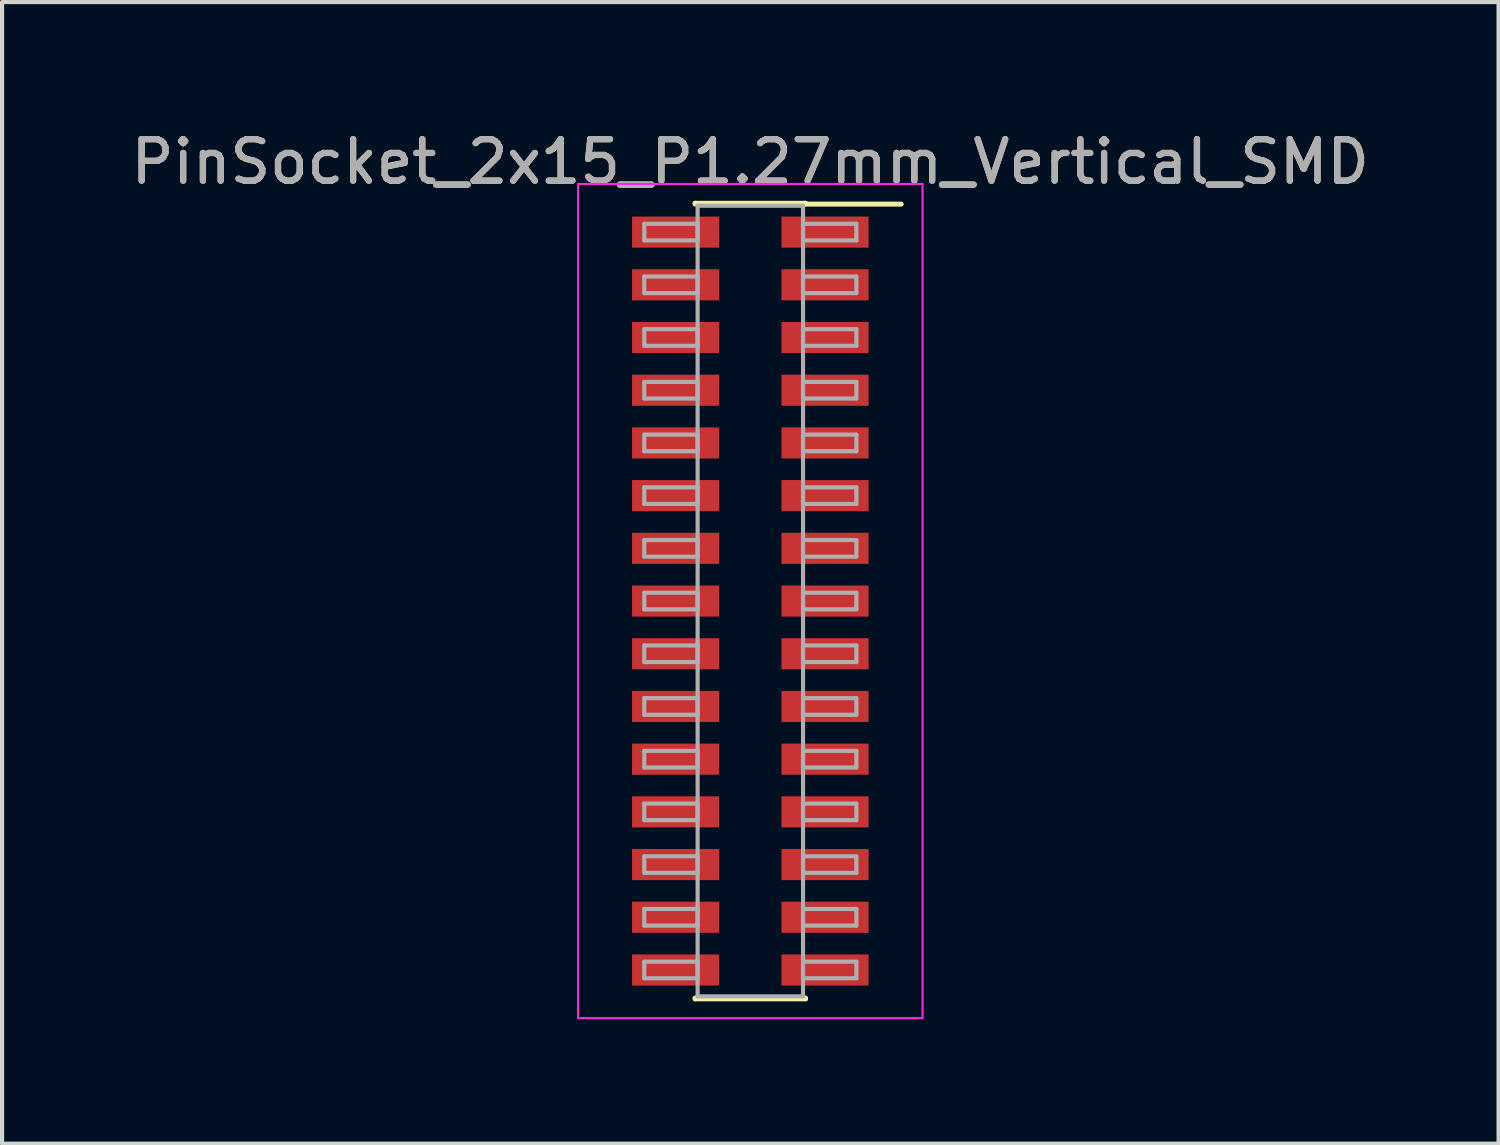
<source format=kicad_pcb>
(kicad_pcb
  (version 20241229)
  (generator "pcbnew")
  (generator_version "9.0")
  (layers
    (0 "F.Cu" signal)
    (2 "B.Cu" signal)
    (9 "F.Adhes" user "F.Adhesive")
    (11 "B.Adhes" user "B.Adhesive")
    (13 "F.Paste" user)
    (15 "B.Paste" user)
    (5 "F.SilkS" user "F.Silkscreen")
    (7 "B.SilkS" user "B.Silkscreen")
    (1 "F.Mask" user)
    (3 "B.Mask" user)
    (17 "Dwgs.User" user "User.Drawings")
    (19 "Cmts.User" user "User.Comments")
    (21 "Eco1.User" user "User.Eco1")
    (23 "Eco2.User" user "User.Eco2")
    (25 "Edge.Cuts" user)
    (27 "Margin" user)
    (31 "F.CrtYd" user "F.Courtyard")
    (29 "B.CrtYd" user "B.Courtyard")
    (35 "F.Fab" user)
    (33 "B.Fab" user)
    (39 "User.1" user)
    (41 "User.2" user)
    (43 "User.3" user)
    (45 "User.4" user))
  (footprint "PinSocket_2x15_P1.27mm_Vertical_SMD"
    (layer "F.Cu")
    (at 15.03 11.433)
    (property "Reference" "PinSocket_2x15_P1.27mm_Vertical_SMD" (at 0 -10.585 0) (layer "F.SilkS") (effects (font (size 1 1) (thickness 0.15))))
    (attr smd)
    (fp_line (start -1.33 -9.585) (end 1.33 -9.585) (stroke (width 0.12) (type solid)) (layer "F.SilkS"))
    (fp_line (start -1.33 -9.565) (end -1.33 -9.585) (stroke (width 0.12) (type solid)) (layer "F.SilkS"))
    (fp_line (start -1.33 9.565) (end -1.33 9.585) (stroke (width 0.12) (type solid)) (layer "F.SilkS"))
    (fp_line (start -1.33 9.585) (end 1.33 9.585) (stroke (width 0.12) (type solid)) (layer "F.SilkS"))
    (fp_line (start 1.33 -9.585) (end 1.33 -9.565) (stroke (width 0.12) (type solid)) (layer "F.SilkS"))
    (fp_line (start 1.33 9.585) (end 1.33 9.565) (stroke (width 0.12) (type solid)) (layer "F.SilkS"))
    (fp_line (start 3.635 -9.565) (end 1.33 -9.565) (stroke (width 0.12) (type solid)) (layer "F.SilkS"))
    (fp_line (start -4.15 -10.05) (end -4.15 10.05) (stroke (width 0.05) (type solid)) (layer "F.CrtYd"))
    (fp_line (start -4.15 10.05) (end 4.15 10.05) (stroke (width 0.05) (type solid)) (layer "F.CrtYd"))
    (fp_line (start 4.15 -10.05) (end -4.15 -10.05) (stroke (width 0.05) (type solid)) (layer "F.CrtYd"))
    (fp_line (start 4.15 10.05) (end 4.15 -10.05) (stroke (width 0.05) (type solid)) (layer "F.CrtYd"))
    (fp_line (start -2.555 -9.09) (end -1.27 -9.09) (stroke (width 0.1) (type solid)) (layer "F.Fab"))
    (fp_line (start -2.555 -8.69) (end -2.555 -9.09) (stroke (width 0.1) (type solid)) (layer "F.Fab"))
    (fp_line (start -2.555 -7.82) (end -1.27 -7.82) (stroke (width 0.1) (type solid)) (layer "F.Fab"))
    (fp_line (start -2.555 -7.42) (end -2.555 -7.82) (stroke (width 0.1) (type solid)) (layer "F.Fab"))
    (fp_line (start -2.555 -6.55) (end -1.27 -6.55) (stroke (width 0.1) (type solid)) (layer "F.Fab"))
    (fp_line (start -2.555 -6.15) (end -2.555 -6.55) (stroke (width 0.1) (type solid)) (layer "F.Fab"))
    (fp_line (start -2.555 -5.28) (end -1.27 -5.28) (stroke (width 0.1) (type solid)) (layer "F.Fab"))
    (fp_line (start -2.555 -4.88) (end -2.555 -5.28) (stroke (width 0.1) (type solid)) (layer "F.Fab"))
    (fp_line (start -2.555 -4.01) (end -1.27 -4.01) (stroke (width 0.1) (type solid)) (layer "F.Fab"))
    (fp_line (start -2.555 -3.61) (end -2.555 -4.01) (stroke (width 0.1) (type solid)) (layer "F.Fab"))
    (fp_line (start -2.555 -2.74) (end -1.27 -2.74) (stroke (width 0.1) (type solid)) (layer "F.Fab"))
    (fp_line (start -2.555 -2.34) (end -2.555 -2.74) (stroke (width 0.1) (type solid)) (layer "F.Fab"))
    (fp_line (start -2.555 -1.47) (end -1.27 -1.47) (stroke (width 0.1) (type solid)) (layer "F.Fab"))
    (fp_line (start -2.555 -1.07) (end -2.555 -1.47) (stroke (width 0.1) (type solid)) (layer "F.Fab"))
    (fp_line (start -2.555 -0.2) (end -1.27 -0.2) (stroke (width 0.1) (type solid)) (layer "F.Fab"))
    (fp_line (start -2.555 0.2) (end -2.555 -0.2) (stroke (width 0.1) (type solid)) (layer "F.Fab"))
    (fp_line (start -2.555 1.07) (end -1.27 1.07) (stroke (width 0.1) (type solid)) (layer "F.Fab"))
    (fp_line (start -2.555 1.47) (end -2.555 1.07) (stroke (width 0.1) (type solid)) (layer "F.Fab"))
    (fp_line (start -2.555 2.34) (end -1.27 2.34) (stroke (width 0.1) (type solid)) (layer "F.Fab"))
    (fp_line (start -2.555 2.74) (end -2.555 2.34) (stroke (width 0.1) (type solid)) (layer "F.Fab"))
    (fp_line (start -2.555 3.61) (end -1.27 3.61) (stroke (width 0.1) (type solid)) (layer "F.Fab"))
    (fp_line (start -2.555 4.01) (end -2.555 3.61) (stroke (width 0.1) (type solid)) (layer "F.Fab"))
    (fp_line (start -2.555 4.88) (end -1.27 4.88) (stroke (width 0.1) (type solid)) (layer "F.Fab"))
    (fp_line (start -2.555 5.28) (end -2.555 4.88) (stroke (width 0.1) (type solid)) (layer "F.Fab"))
    (fp_line (start -2.555 6.15) (end -1.27 6.15) (stroke (width 0.1) (type solid)) (layer "F.Fab"))
    (fp_line (start -2.555 6.55) (end -2.555 6.15) (stroke (width 0.1) (type solid)) (layer "F.Fab"))
    (fp_line (start -2.555 7.42) (end -1.27 7.42) (stroke (width 0.1) (type solid)) (layer "F.Fab"))
    (fp_line (start -2.555 7.82) (end -2.555 7.42) (stroke (width 0.1) (type solid)) (layer "F.Fab"))
    (fp_line (start -2.555 8.69) (end -1.27 8.69) (stroke (width 0.1) (type solid)) (layer "F.Fab"))
    (fp_line (start -2.555 9.09) (end -2.555 8.69) (stroke (width 0.1) (type solid)) (layer "F.Fab"))
    (fp_line (start -1.27 -9.525) (end -1.27 9.525) (stroke (width 0.1) (type solid)) (layer "F.Fab"))
    (fp_line (start -1.27 -9.09) (end -1.27 -8.69) (stroke (width 0.1) (type solid)) (layer "F.Fab"))
    (fp_line (start -1.27 -8.69) (end -2.555 -8.69) (stroke (width 0.1) (type solid)) (layer "F.Fab"))
    (fp_line (start -1.27 -7.82) (end -1.27 -7.42) (stroke (width 0.1) (type solid)) (layer "F.Fab"))
    (fp_line (start -1.27 -7.42) (end -2.555 -7.42) (stroke (width 0.1) (type solid)) (layer "F.Fab"))
    (fp_line (start -1.27 -6.55) (end -1.27 -6.15) (stroke (width 0.1) (type solid)) (layer "F.Fab"))
    (fp_line (start -1.27 -6.15) (end -2.555 -6.15) (stroke (width 0.1) (type solid)) (layer "F.Fab"))
    (fp_line (start -1.27 -5.28) (end -1.27 -4.88) (stroke (width 0.1) (type solid)) (layer "F.Fab"))
    (fp_line (start -1.27 -4.88) (end -2.555 -4.88) (stroke (width 0.1) (type solid)) (layer "F.Fab"))
    (fp_line (start -1.27 -4.01) (end -1.27 -3.61) (stroke (width 0.1) (type solid)) (layer "F.Fab"))
    (fp_line (start -1.27 -3.61) (end -2.555 -3.61) (stroke (width 0.1) (type solid)) (layer "F.Fab"))
    (fp_line (start -1.27 -2.74) (end -1.27 -2.34) (stroke (width 0.1) (type solid)) (layer "F.Fab"))
    (fp_line (start -1.27 -2.34) (end -2.555 -2.34) (stroke (width 0.1) (type solid)) (layer "F.Fab"))
    (fp_line (start -1.27 -1.47) (end -1.27 -1.07) (stroke (width 0.1) (type solid)) (layer "F.Fab"))
    (fp_line (start -1.27 -1.07) (end -2.555 -1.07) (stroke (width 0.1) (type solid)) (layer "F.Fab"))
    (fp_line (start -1.27 -0.2) (end -1.27 0.2) (stroke (width 0.1) (type solid)) (layer "F.Fab"))
    (fp_line (start -1.27 0.2) (end -2.555 0.2) (stroke (width 0.1) (type solid)) (layer "F.Fab"))
    (fp_line (start -1.27 1.07) (end -1.27 1.47) (stroke (width 0.1) (type solid)) (layer "F.Fab"))
    (fp_line (start -1.27 1.47) (end -2.555 1.47) (stroke (width 0.1) (type solid)) (layer "F.Fab"))
    (fp_line (start -1.27 2.34) (end -1.27 2.74) (stroke (width 0.1) (type solid)) (layer "F.Fab"))
    (fp_line (start -1.27 2.74) (end -2.555 2.74) (stroke (width 0.1) (type solid)) (layer "F.Fab"))
    (fp_line (start -1.27 3.61) (end -1.27 4.01) (stroke (width 0.1) (type solid)) (layer "F.Fab"))
    (fp_line (start -1.27 4.01) (end -2.555 4.01) (stroke (width 0.1) (type solid)) (layer "F.Fab"))
    (fp_line (start -1.27 4.88) (end -1.27 5.28) (stroke (width 0.1) (type solid)) (layer "F.Fab"))
    (fp_line (start -1.27 5.28) (end -2.555 5.28) (stroke (width 0.1) (type solid)) (layer "F.Fab"))
    (fp_line (start -1.27 6.15) (end -1.27 6.55) (stroke (width 0.1) (type solid)) (layer "F.Fab"))
    (fp_line (start -1.27 6.55) (end -2.555 6.55) (stroke (width 0.1) (type solid)) (layer "F.Fab"))
    (fp_line (start -1.27 7.42) (end -1.27 7.82) (stroke (width 0.1) (type solid)) (layer "F.Fab"))
    (fp_line (start -1.27 7.82) (end -2.555 7.82) (stroke (width 0.1) (type solid)) (layer "F.Fab"))
    (fp_line (start -1.27 8.69) (end -1.27 9.09) (stroke (width 0.1) (type solid)) (layer "F.Fab"))
    (fp_line (start -1.27 9.09) (end -2.555 9.09) (stroke (width 0.1) (type solid)) (layer "F.Fab"))
    (fp_line (start -1.27 9.525) (end 1.27 9.525) (stroke (width 0.1) (type solid)) (layer "F.Fab"))
    (fp_line (start 1.27 -9.525) (end -1.27 -9.525) (stroke (width 0.1) (type solid)) (layer "F.Fab"))
    (fp_line (start 1.27 -9.09) (end 1.27 -8.69) (stroke (width 0.1) (type solid)) (layer "F.Fab"))
    (fp_line (start 1.27 -8.69) (end 2.555 -8.69) (stroke (width 0.1) (type solid)) (layer "F.Fab"))
    (fp_line (start 1.27 -7.82) (end 1.27 -7.42) (stroke (width 0.1) (type solid)) (layer "F.Fab"))
    (fp_line (start 1.27 -7.42) (end 2.555 -7.42) (stroke (width 0.1) (type solid)) (layer "F.Fab"))
    (fp_line (start 1.27 -6.55) (end 1.27 -6.15) (stroke (width 0.1) (type solid)) (layer "F.Fab"))
    (fp_line (start 1.27 -6.15) (end 2.555 -6.15) (stroke (width 0.1) (type solid)) (layer "F.Fab"))
    (fp_line (start 1.27 -5.28) (end 1.27 -4.88) (stroke (width 0.1) (type solid)) (layer "F.Fab"))
    (fp_line (start 1.27 -4.88) (end 2.555 -4.88) (stroke (width 0.1) (type solid)) (layer "F.Fab"))
    (fp_line (start 1.27 -4.01) (end 1.27 -3.61) (stroke (width 0.1) (type solid)) (layer "F.Fab"))
    (fp_line (start 1.27 -3.61) (end 2.555 -3.61) (stroke (width 0.1) (type solid)) (layer "F.Fab"))
    (fp_line (start 1.27 -2.74) (end 1.27 -2.34) (stroke (width 0.1) (type solid)) (layer "F.Fab"))
    (fp_line (start 1.27 -2.34) (end 2.555 -2.34) (stroke (width 0.1) (type solid)) (layer "F.Fab"))
    (fp_line (start 1.27 -1.47) (end 1.27 -1.07) (stroke (width 0.1) (type solid)) (layer "F.Fab"))
    (fp_line (start 1.27 -1.07) (end 2.555 -1.07) (stroke (width 0.1) (type solid)) (layer "F.Fab"))
    (fp_line (start 1.27 -0.2) (end 1.27 0.2) (stroke (width 0.1) (type solid)) (layer "F.Fab"))
    (fp_line (start 1.27 0.2) (end 2.555 0.2) (stroke (width 0.1) (type solid)) (layer "F.Fab"))
    (fp_line (start 1.27 1.07) (end 1.27 1.47) (stroke (width 0.1) (type solid)) (layer "F.Fab"))
    (fp_line (start 1.27 1.47) (end 2.555 1.47) (stroke (width 0.1) (type solid)) (layer "F.Fab"))
    (fp_line (start 1.27 2.34) (end 1.27 2.74) (stroke (width 0.1) (type solid)) (layer "F.Fab"))
    (fp_line (start 1.27 2.74) (end 2.555 2.74) (stroke (width 0.1) (type solid)) (layer "F.Fab"))
    (fp_line (start 1.27 3.61) (end 1.27 4.01) (stroke (width 0.1) (type solid)) (layer "F.Fab"))
    (fp_line (start 1.27 4.01) (end 2.555 4.01) (stroke (width 0.1) (type solid)) (layer "F.Fab"))
    (fp_line (start 1.27 4.88) (end 1.27 5.28) (stroke (width 0.1) (type solid)) (layer "F.Fab"))
    (fp_line (start 1.27 5.28) (end 2.555 5.28) (stroke (width 0.1) (type solid)) (layer "F.Fab"))
    (fp_line (start 1.27 6.15) (end 1.27 6.55) (stroke (width 0.1) (type solid)) (layer "F.Fab"))
    (fp_line (start 1.27 6.55) (end 2.555 6.55) (stroke (width 0.1) (type solid)) (layer "F.Fab"))
    (fp_line (start 1.27 7.42) (end 1.27 7.82) (stroke (width 0.1) (type solid)) (layer "F.Fab"))
    (fp_line (start 1.27 7.82) (end 2.555 7.82) (stroke (width 0.1) (type solid)) (layer "F.Fab"))
    (fp_line (start 1.27 8.69) (end 1.27 9.09) (stroke (width 0.1) (type solid)) (layer "F.Fab"))
    (fp_line (start 1.27 9.09) (end 2.555 9.09) (stroke (width 0.1) (type solid)) (layer "F.Fab"))
    (fp_line (start 1.27 9.525) (end 1.27 -9.525) (stroke (width 0.1) (type solid)) (layer "F.Fab"))
    (fp_line (start 2.555 -9.09) (end 1.27 -9.09) (stroke (width 0.1) (type solid)) (layer "F.Fab"))
    (fp_line (start 2.555 -8.69) (end 2.555 -9.09) (stroke (width 0.1) (type solid)) (layer "F.Fab"))
    (fp_line (start 2.555 -7.82) (end 1.27 -7.82) (stroke (width 0.1) (type solid)) (layer "F.Fab"))
    (fp_line (start 2.555 -7.42) (end 2.555 -7.82) (stroke (width 0.1) (type solid)) (layer "F.Fab"))
    (fp_line (start 2.555 -6.55) (end 1.27 -6.55) (stroke (width 0.1) (type solid)) (layer "F.Fab"))
    (fp_line (start 2.555 -6.15) (end 2.555 -6.55) (stroke (width 0.1) (type solid)) (layer "F.Fab"))
    (fp_line (start 2.555 -5.28) (end 1.27 -5.28) (stroke (width 0.1) (type solid)) (layer "F.Fab"))
    (fp_line (start 2.555 -4.88) (end 2.555 -5.28) (stroke (width 0.1) (type solid)) (layer "F.Fab"))
    (fp_line (start 2.555 -4.01) (end 1.27 -4.01) (stroke (width 0.1) (type solid)) (layer "F.Fab"))
    (fp_line (start 2.555 -3.61) (end 2.555 -4.01) (stroke (width 0.1) (type solid)) (layer "F.Fab"))
    (fp_line (start 2.555 -2.74) (end 1.27 -2.74) (stroke (width 0.1) (type solid)) (layer "F.Fab"))
    (fp_line (start 2.555 -2.34) (end 2.555 -2.74) (stroke (width 0.1) (type solid)) (layer "F.Fab"))
    (fp_line (start 2.555 -1.47) (end 1.27 -1.47) (stroke (width 0.1) (type solid)) (layer "F.Fab"))
    (fp_line (start 2.555 -1.07) (end 2.555 -1.47) (stroke (width 0.1) (type solid)) (layer "F.Fab"))
    (fp_line (start 2.555 -0.2) (end 1.27 -0.2) (stroke (width 0.1) (type solid)) (layer "F.Fab"))
    (fp_line (start 2.555 0.2) (end 2.555 -0.2) (stroke (width 0.1) (type solid)) (layer "F.Fab"))
    (fp_line (start 2.555 1.07) (end 1.27 1.07) (stroke (width 0.1) (type solid)) (layer "F.Fab"))
    (fp_line (start 2.555 1.47) (end 2.555 1.07) (stroke (width 0.1) (type solid)) (layer "F.Fab"))
    (fp_line (start 2.555 2.34) (end 1.27 2.34) (stroke (width 0.1) (type solid)) (layer "F.Fab"))
    (fp_line (start 2.555 2.74) (end 2.555 2.34) (stroke (width 0.1) (type solid)) (layer "F.Fab"))
    (fp_line (start 2.555 3.61) (end 1.27 3.61) (stroke (width 0.1) (type solid)) (layer "F.Fab"))
    (fp_line (start 2.555 4.01) (end 2.555 3.61) (stroke (width 0.1) (type solid)) (layer "F.Fab"))
    (fp_line (start 2.555 4.88) (end 1.27 4.88) (stroke (width 0.1) (type solid)) (layer "F.Fab"))
    (fp_line (start 2.555 5.28) (end 2.555 4.88) (stroke (width 0.1) (type solid)) (layer "F.Fab"))
    (fp_line (start 2.555 6.15) (end 1.27 6.15) (stroke (width 0.1) (type solid)) (layer "F.Fab"))
    (fp_line (start 2.555 6.55) (end 2.555 6.15) (stroke (width 0.1) (type solid)) (layer "F.Fab"))
    (fp_line (start 2.555 7.42) (end 1.27 7.42) (stroke (width 0.1) (type solid)) (layer "F.Fab"))
    (fp_line (start 2.555 7.82) (end 2.555 7.42) (stroke (width 0.1) (type solid)) (layer "F.Fab"))
    (fp_line (start 2.555 8.69) (end 1.27 8.69) (stroke (width 0.1) (type solid)) (layer "F.Fab"))
    (fp_line (start 2.555 9.09) (end 2.555 8.69) (stroke (width 0.1) (type solid)) (layer "F.Fab"))
    (fp_text user "${REFERENCE}" (at 0 -10.585 0) (layer "F.Fab") (effects (font (size 1 1) (thickness 0.15))))
    (pad "1" smd rect (at 1.8 -8.89) (size 2.1 0.75) (layers "F.Cu" "F.Mask" "F.Paste"))
    (pad "2" smd rect (at -1.8 -8.89) (size 2.1 0.75) (layers "F.Cu" "F.Mask" "F.Paste"))
    (pad "3" smd rect (at 1.8 -7.62) (size 2.1 0.75) (layers "F.Cu" "F.Mask" "F.Paste"))
    (pad "4" smd rect (at -1.8 -7.62) (size 2.1 0.75) (layers "F.Cu" "F.Mask" "F.Paste"))
    (pad "5" smd rect (at 1.8 -6.35) (size 2.1 0.75) (layers "F.Cu" "F.Mask" "F.Paste"))
    (pad "6" smd rect (at -1.8 -6.35) (size 2.1 0.75) (layers "F.Cu" "F.Mask" "F.Paste"))
    (pad "7" smd rect (at 1.8 -5.08) (size 2.1 0.75) (layers "F.Cu" "F.Mask" "F.Paste"))
    (pad "8" smd rect (at -1.8 -5.08) (size 2.1 0.75) (layers "F.Cu" "F.Mask" "F.Paste"))
    (pad "9" smd rect (at 1.8 -3.81) (size 2.1 0.75) (layers "F.Cu" "F.Mask" "F.Paste"))
    (pad "10" smd rect (at -1.8 -3.81) (size 2.1 0.75) (layers "F.Cu" "F.Mask" "F.Paste"))
    (pad "11" smd rect (at 1.8 -2.54) (size 2.1 0.75) (layers "F.Cu" "F.Mask" "F.Paste"))
    (pad "12" smd rect (at -1.8 -2.54) (size 2.1 0.75) (layers "F.Cu" "F.Mask" "F.Paste"))
    (pad "13" smd rect (at 1.8 -1.27) (size 2.1 0.75) (layers "F.Cu" "F.Mask" "F.Paste"))
    (pad "14" smd rect (at -1.8 -1.27) (size 2.1 0.75) (layers "F.Cu" "F.Mask" "F.Paste"))
    (pad "15" smd rect (at 1.8 0) (size 2.1 0.75) (layers "F.Cu" "F.Mask" "F.Paste"))
    (pad "16" smd rect (at -1.8 0) (size 2.1 0.75) (layers "F.Cu" "F.Mask" "F.Paste"))
    (pad "17" smd rect (at 1.8 1.27) (size 2.1 0.75) (layers "F.Cu" "F.Mask" "F.Paste"))
    (pad "18" smd rect (at -1.8 1.27) (size 2.1 0.75) (layers "F.Cu" "F.Mask" "F.Paste"))
    (pad "19" smd rect (at 1.8 2.54) (size 2.1 0.75) (layers "F.Cu" "F.Mask" "F.Paste"))
    (pad "20" smd rect (at -1.8 2.54) (size 2.1 0.75) (layers "F.Cu" "F.Mask" "F.Paste"))
    (pad "21" smd rect (at 1.8 3.81) (size 2.1 0.75) (layers "F.Cu" "F.Mask" "F.Paste"))
    (pad "22" smd rect (at -1.8 3.81) (size 2.1 0.75) (layers "F.Cu" "F.Mask" "F.Paste"))
    (pad "23" smd rect (at 1.8 5.08) (size 2.1 0.75) (layers "F.Cu" "F.Mask" "F.Paste"))
    (pad "24" smd rect (at -1.8 5.08) (size 2.1 0.75) (layers "F.Cu" "F.Mask" "F.Paste"))
    (pad "25" smd rect (at 1.8 6.35) (size 2.1 0.75) (layers "F.Cu" "F.Mask" "F.Paste"))
    (pad "26" smd rect (at -1.8 6.35) (size 2.1 0.75) (layers "F.Cu" "F.Mask" "F.Paste"))
    (pad "27" smd rect (at 1.8 7.62) (size 2.1 0.75) (layers "F.Cu" "F.Mask" "F.Paste"))
    (pad "28" smd rect (at -1.8 7.62) (size 2.1 0.75) (layers "F.Cu" "F.Mask" "F.Paste"))
    (pad "29" smd rect (at 1.8 8.89) (size 2.1 0.75) (layers "F.Cu" "F.Mask" "F.Paste"))
    (pad "30" smd rect (at -1.8 8.89) (size 2.1 0.75) (layers "F.Cu" "F.Mask" "F.Paste")))
  (gr_rect
    (start -3 -3)
    (end 33.06 24.508)
    (stroke (width 0.1) (type default))
    (fill no)
    (layer "Edge.Cuts")))
</source>
